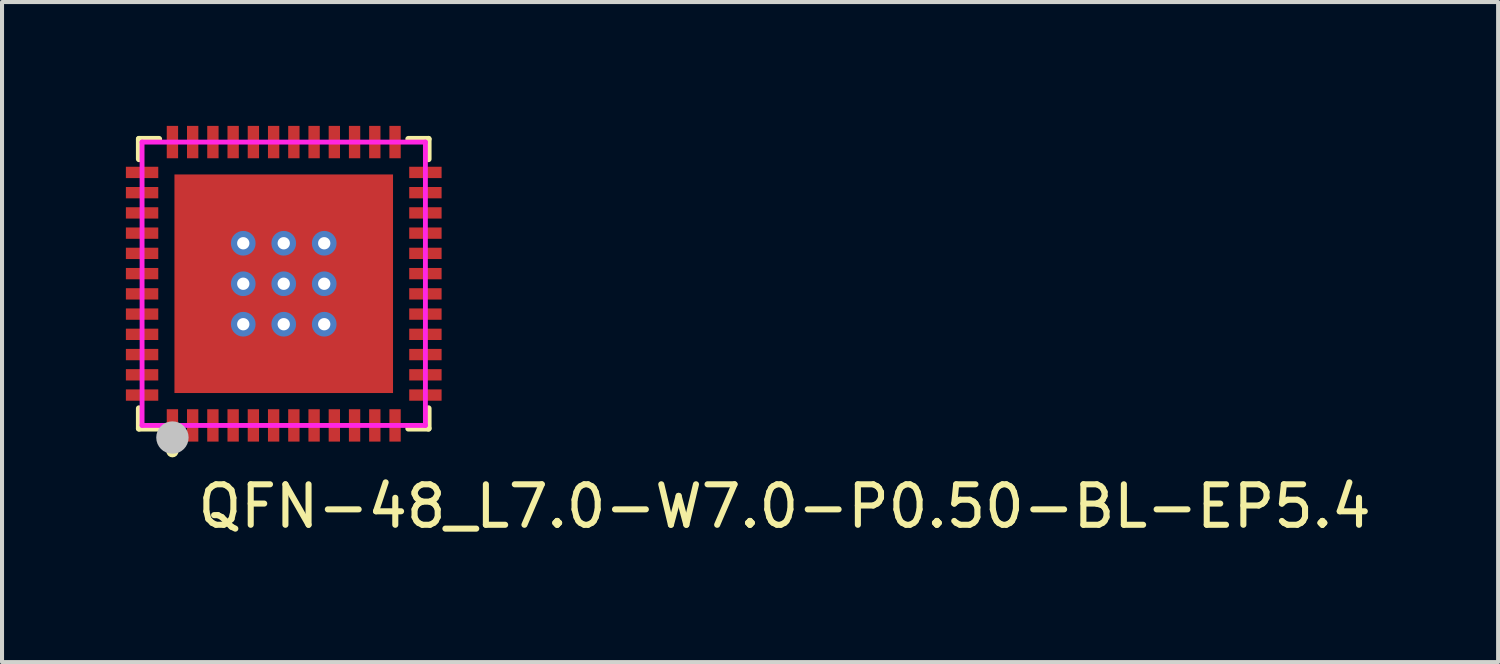
<source format=kicad_pcb>
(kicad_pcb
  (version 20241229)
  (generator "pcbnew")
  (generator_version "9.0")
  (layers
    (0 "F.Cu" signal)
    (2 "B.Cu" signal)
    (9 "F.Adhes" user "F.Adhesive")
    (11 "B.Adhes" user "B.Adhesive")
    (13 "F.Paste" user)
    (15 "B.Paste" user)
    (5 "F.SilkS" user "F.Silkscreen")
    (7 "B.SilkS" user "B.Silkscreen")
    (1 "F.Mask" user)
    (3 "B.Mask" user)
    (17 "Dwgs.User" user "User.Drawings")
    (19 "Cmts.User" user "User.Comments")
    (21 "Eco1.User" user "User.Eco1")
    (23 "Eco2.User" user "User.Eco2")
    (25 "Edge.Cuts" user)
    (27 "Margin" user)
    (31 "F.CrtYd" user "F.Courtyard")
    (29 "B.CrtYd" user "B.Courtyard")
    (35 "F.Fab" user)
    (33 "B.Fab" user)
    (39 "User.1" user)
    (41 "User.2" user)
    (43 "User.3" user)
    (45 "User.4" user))
  (footprint "QFN-48_L7.0-W7.0-P0.50-BL-EP5.4"
    (layer "F.Cu")
    (at 3.96 3.96)
    (property "Reference" "QFN-48_L7.0-W7.0-P0.50-BL-EP5.4" (at -2.2 5.5 0) (layer "F.SilkS") (effects (font (size 1 1) (thickness 0.15)) (justify left)))
    (attr through_hole)
    (fp_line (start -3.576 -3.576) (end -3.081 -3.576) (stroke (width 0.152) (type solid)) (layer "F.SilkS"))
    (fp_line (start -3.576 -3.08) (end -3.576 -3.576) (stroke (width 0.152) (type solid)) (layer "F.SilkS"))
    (fp_line (start -3.576 3.08) (end -3.576 3.576) (stroke (width 0.152) (type solid)) (layer "F.SilkS"))
    (fp_line (start -3.576 3.576) (end -3.081 3.576) (stroke (width 0.152) (type solid)) (layer "F.SilkS"))
    (fp_line (start 3.576 -3.576) (end 3.08 -3.576) (stroke (width 0.152) (type solid)) (layer "F.SilkS"))
    (fp_line (start 3.576 -3.08) (end 3.576 -3.576) (stroke (width 0.152) (type solid)) (layer "F.SilkS"))
    (fp_line (start 3.576 3.08) (end 3.576 3.576) (stroke (width 0.152) (type solid)) (layer "F.SilkS"))
    (fp_line (start 3.576 3.576) (end 3.08 3.576) (stroke (width 0.152) (type solid)) (layer "F.SilkS"))
    (fp_circle (center -2.75 4.14) (end -2.675 4.14) (stroke (width 0.15) (type solid)) (fill no) (layer "F.SilkS"))
    (fp_poly (pts (xy -3.1 -2.61) (xy -3.1 -2.89) (xy -3.9 -2.89) (xy -3.9 -2.61)) (stroke (width 0.12) (type solid)) (fill yes) (layer "F.Paste"))
    (fp_poly (pts (xy -3.1 -2.11) (xy -3.1 -2.39) (xy -3.9 -2.39) (xy -3.9 -2.11)) (stroke (width 0.12) (type solid)) (fill yes) (layer "F.Paste"))
    (fp_poly (pts (xy -3.1 -1.61) (xy -3.1 -1.89) (xy -3.9 -1.89) (xy -3.9 -1.61)) (stroke (width 0.12) (type solid)) (fill yes) (layer "F.Paste"))
    (fp_poly (pts (xy -3.1 -1.11) (xy -3.1 -1.39) (xy -3.9 -1.39) (xy -3.9 -1.11)) (stroke (width 0.12) (type solid)) (fill yes) (layer "F.Paste"))
    (fp_poly (pts (xy -3.1 -0.61) (xy -3.1 -0.89) (xy -3.9 -0.89) (xy -3.9 -0.61)) (stroke (width 0.12) (type solid)) (fill yes) (layer "F.Paste"))
    (fp_poly (pts (xy -3.1 -0.11) (xy -3.1 -0.39) (xy -3.9 -0.39) (xy -3.9 -0.11)) (stroke (width 0.12) (type solid)) (fill yes) (layer "F.Paste"))
    (fp_poly (pts (xy -3.1 0.39) (xy -3.1 0.11) (xy -3.9 0.11) (xy -3.9 0.39)) (stroke (width 0.12) (type solid)) (fill yes) (layer "F.Paste"))
    (fp_poly (pts (xy -3.1 0.89) (xy -3.1 0.61) (xy -3.9 0.61) (xy -3.9 0.89)) (stroke (width 0.12) (type solid)) (fill yes) (layer "F.Paste"))
    (fp_poly (pts (xy -3.1 1.39) (xy -3.1 1.11) (xy -3.9 1.11) (xy -3.9 1.39)) (stroke (width 0.12) (type solid)) (fill yes) (layer "F.Paste"))
    (fp_poly (pts (xy -3.1 1.89) (xy -3.1 1.61) (xy -3.9 1.61) (xy -3.9 1.89)) (stroke (width 0.12) (type solid)) (fill yes) (layer "F.Paste"))
    (fp_poly (pts (xy -3.1 2.39) (xy -3.1 2.11) (xy -3.9 2.11) (xy -3.9 2.39)) (stroke (width 0.12) (type solid)) (fill yes) (layer "F.Paste"))
    (fp_poly (pts (xy -3.1 2.89) (xy -3.1 2.61) (xy -3.9 2.61) (xy -3.9 2.89)) (stroke (width 0.12) (type solid)) (fill yes) (layer "F.Paste"))
    (fp_poly (pts (xy -2.61 -3.9) (xy -2.89 -3.9) (xy -2.89 -3.1) (xy -2.61 -3.1)) (stroke (width 0.12) (type solid)) (fill yes) (layer "F.Paste"))
    (fp_poly (pts (xy -2.61 3.1) (xy -2.89 3.1) (xy -2.89 3.9) (xy -2.61 3.9)) (stroke (width 0.12) (type solid)) (fill yes) (layer "F.Paste"))
    (fp_poly (pts (xy -2.16 -2.16) (xy 2.16 -2.16) (xy 2.16 2.16) (xy -2.16 2.16)) (stroke (width 0.12) (type solid)) (fill yes) (layer "F.Paste"))
    (fp_poly (pts (xy -2.11 -3.9) (xy -2.39 -3.9) (xy -2.39 -3.1) (xy -2.11 -3.1)) (stroke (width 0.12) (type solid)) (fill yes) (layer "F.Paste"))
    (fp_poly (pts (xy -2.109 3.1) (xy -2.389 3.1) (xy -2.389 3.9) (xy -2.109 3.9)) (stroke (width 0.12) (type solid)) (fill yes) (layer "F.Paste"))
    (fp_poly (pts (xy -1.61 -3.9) (xy -1.89 -3.9) (xy -1.89 -3.1) (xy -1.61 -3.1)) (stroke (width 0.12) (type solid)) (fill yes) (layer "F.Paste"))
    (fp_poly (pts (xy -1.609 3.1) (xy -1.89 3.1) (xy -1.89 3.9) (xy -1.609 3.9)) (stroke (width 0.12) (type solid)) (fill yes) (layer "F.Paste"))
    (fp_poly (pts (xy -1.11 -3.9) (xy -1.39 -3.9) (xy -1.39 -3.1) (xy -1.11 -3.1)) (stroke (width 0.12) (type solid)) (fill yes) (layer "F.Paste"))
    (fp_poly (pts (xy -1.109 3.1) (xy -1.389 3.1) (xy -1.389 3.9) (xy -1.109 3.9)) (stroke (width 0.12) (type solid)) (fill yes) (layer "F.Paste"))
    (fp_poly (pts (xy -0.61 -3.9) (xy -0.89 -3.9) (xy -0.89 -3.1) (xy -0.61 -3.1)) (stroke (width 0.12) (type solid)) (fill yes) (layer "F.Paste"))
    (fp_poly (pts (xy -0.61 3.1) (xy -0.89 3.1) (xy -0.89 3.9) (xy -0.61 3.9)) (stroke (width 0.12) (type solid)) (fill yes) (layer "F.Paste"))
    (fp_poly (pts (xy -0.11 -3.9) (xy -0.389 -3.9) (xy -0.389 -3.1) (xy -0.11 -3.1)) (stroke (width 0.12) (type solid)) (fill yes) (layer "F.Paste"))
    (fp_poly (pts (xy -0.109 3.1) (xy -0.389 3.1) (xy -0.389 3.899) (xy -0.109 3.899)) (stroke (width 0.12) (type solid)) (fill yes) (layer "F.Paste"))
    (fp_poly (pts (xy 0.39 -3.9) (xy 0.11 -3.9) (xy 0.11 -3.1) (xy 0.39 -3.1)) (stroke (width 0.12) (type solid)) (fill yes) (layer "F.Paste"))
    (fp_poly (pts (xy 0.39 3.1) (xy 0.11 3.1) (xy 0.11 3.9) (xy 0.39 3.9)) (stroke (width 0.12) (type solid)) (fill yes) (layer "F.Paste"))
    (fp_poly (pts (xy 0.89 -3.9) (xy 0.61 -3.9) (xy 0.61 -3.1) (xy 0.89 -3.1)) (stroke (width 0.12) (type solid)) (fill yes) (layer "F.Paste"))
    (fp_poly (pts (xy 0.89 3.1) (xy 0.611 3.1) (xy 0.611 3.899) (xy 0.89 3.899)) (stroke (width 0.12) (type solid)) (fill yes) (layer "F.Paste"))
    (fp_poly (pts (xy 1.39 -3.9) (xy 1.11 -3.9) (xy 1.11 -3.1) (xy 1.39 -3.1)) (stroke (width 0.12) (type solid)) (fill yes) (layer "F.Paste"))
    (fp_poly (pts (xy 1.39 3.1) (xy 1.11 3.1) (xy 1.11 3.9) (xy 1.39 3.9)) (stroke (width 0.12) (type solid)) (fill yes) (layer "F.Paste"))
    (fp_poly (pts (xy 1.89 -3.9) (xy 1.61 -3.9) (xy 1.61 -3.1) (xy 1.89 -3.1)) (stroke (width 0.12) (type solid)) (fill yes) (layer "F.Paste"))
    (fp_poly (pts (xy 1.891 3.1) (xy 1.611 3.1) (xy 1.611 3.9) (xy 1.891 3.9)) (stroke (width 0.12) (type solid)) (fill yes) (layer "F.Paste"))
    (fp_poly (pts (xy 2.39 -3.9) (xy 2.11 -3.9) (xy 2.11 -3.1) (xy 2.39 -3.1)) (stroke (width 0.12) (type solid)) (fill yes) (layer "F.Paste"))
    (fp_poly (pts (xy 2.39 3.1) (xy 2.11 3.1) (xy 2.11 3.9) (xy 2.39 3.9)) (stroke (width 0.12) (type solid)) (fill yes) (layer "F.Paste"))
    (fp_poly (pts (xy 2.89 -3.9) (xy 2.61 -3.9) (xy 2.61 -3.1) (xy 2.89 -3.1)) (stroke (width 0.12) (type solid)) (fill yes) (layer "F.Paste"))
    (fp_poly (pts (xy 2.891 3.1) (xy 2.611 3.1) (xy 2.611 3.9) (xy 2.891 3.9)) (stroke (width 0.12) (type solid)) (fill yes) (layer "F.Paste"))
    (fp_poly (pts (xy 3.9 -2.61) (xy 3.9 -2.89) (xy 3.1 -2.89) (xy 3.1 -2.61)) (stroke (width 0.12) (type solid)) (fill yes) (layer "F.Paste"))
    (fp_poly (pts (xy 3.9 -2.11) (xy 3.9 -2.39) (xy 3.1 -2.39) (xy 3.1 -2.11)) (stroke (width 0.12) (type solid)) (fill yes) (layer "F.Paste"))
    (fp_poly (pts (xy 3.9 -1.61) (xy 3.9 -1.89) (xy 3.1 -1.89) (xy 3.1 -1.61)) (stroke (width 0.12) (type solid)) (fill yes) (layer "F.Paste"))
    (fp_poly (pts (xy 3.9 -1.11) (xy 3.9 -1.39) (xy 3.1 -1.39) (xy 3.1 -1.11)) (stroke (width 0.12) (type solid)) (fill yes) (layer "F.Paste"))
    (fp_poly (pts (xy 3.9 -0.61) (xy 3.9 -0.89) (xy 3.1 -0.89) (xy 3.1 -0.61)) (stroke (width 0.12) (type solid)) (fill yes) (layer "F.Paste"))
    (fp_poly (pts (xy 3.9 -0.11) (xy 3.9 -0.39) (xy 3.1 -0.39) (xy 3.1 -0.11)) (stroke (width 0.12) (type solid)) (fill yes) (layer "F.Paste"))
    (fp_poly (pts (xy 3.9 0.39) (xy 3.9 0.11) (xy 3.1 0.11) (xy 3.1 0.39)) (stroke (width 0.12) (type solid)) (fill yes) (layer "F.Paste"))
    (fp_poly (pts (xy 3.9 0.89) (xy 3.9 0.61) (xy 3.1 0.61) (xy 3.1 0.89)) (stroke (width 0.12) (type solid)) (fill yes) (layer "F.Paste"))
    (fp_poly (pts (xy 3.9 1.39) (xy 3.9 1.11) (xy 3.1 1.11) (xy 3.1 1.39)) (stroke (width 0.12) (type solid)) (fill yes) (layer "F.Paste"))
    (fp_poly (pts (xy 3.9 1.89) (xy 3.9 1.61) (xy 3.1 1.61) (xy 3.1 1.89)) (stroke (width 0.12) (type solid)) (fill yes) (layer "F.Paste"))
    (fp_poly (pts (xy 3.9 2.39) (xy 3.9 2.11) (xy 3.1 2.11) (xy 3.1 2.39)) (stroke (width 0.12) (type solid)) (fill yes) (layer "F.Paste"))
    (fp_poly (pts (xy 3.9 2.89) (xy 3.9 2.61) (xy 3.1 2.61) (xy 3.1 2.89)) (stroke (width 0.12) (type solid)) (fill yes) (layer "F.Paste"))
    (fp_circle (center -2.75 3.8) (end -2.55 3.8) (stroke (width 0.4) (type solid)) (fill no) (layer "Dwgs.User"))
    (fp_circle (center -3.5 3.5) (end -3.47 3.5) (stroke (width 0.06) (type solid)) (fill no) (layer "Eco2.User"))
    (fp_poly (pts (xy -3.1 -2.63) (xy -3.1 -2.87) (xy -3.5 -2.87) (xy -3.5 -2.63)) (stroke (width 0.12) (type solid)) (fill no) (layer "Eco2.User"))
    (fp_poly (pts (xy -3.1 -2.13) (xy -3.1 -2.37) (xy -3.5 -2.37) (xy -3.5 -2.13)) (stroke (width 0.12) (type solid)) (fill no) (layer "Eco2.User"))
    (fp_poly (pts (xy -3.1 -1.63) (xy -3.1 -1.87) (xy -3.5 -1.87) (xy -3.5 -1.63)) (stroke (width 0.12) (type solid)) (fill no) (layer "Eco2.User"))
    (fp_poly (pts (xy -3.1 -1.13) (xy -3.1 -1.37) (xy -3.5 -1.37) (xy -3.5 -1.13)) (stroke (width 0.12) (type solid)) (fill no) (layer "Eco2.User"))
    (fp_poly (pts (xy -3.1 -0.63) (xy -3.1 -0.87) (xy -3.5 -0.87) (xy -3.5 -0.63)) (stroke (width 0.12) (type solid)) (fill no) (layer "Eco2.User"))
    (fp_poly (pts (xy -3.1 -0.13) (xy -3.1 -0.37) (xy -3.5 -0.37) (xy -3.5 -0.13)) (stroke (width 0.12) (type solid)) (fill no) (layer "Eco2.User"))
    (fp_poly (pts (xy -3.1 0.37) (xy -3.1 0.13) (xy -3.5 0.13) (xy -3.5 0.37)) (stroke (width 0.12) (type solid)) (fill no) (layer "Eco2.User"))
    (fp_poly (pts (xy -3.1 0.87) (xy -3.1 0.63) (xy -3.5 0.63) (xy -3.5 0.87)) (stroke (width 0.12) (type solid)) (fill no) (layer "Eco2.User"))
    (fp_poly (pts (xy -3.1 1.37) (xy -3.1 1.13) (xy -3.5 1.13) (xy -3.5 1.37)) (stroke (width 0.12) (type solid)) (fill no) (layer "Eco2.User"))
    (fp_poly (pts (xy -3.1 1.87) (xy -3.1 1.63) (xy -3.5 1.63) (xy -3.5 1.87)) (stroke (width 0.12) (type solid)) (fill no) (layer "Eco2.User"))
    (fp_poly (pts (xy -3.1 2.37) (xy -3.1 2.13) (xy -3.5 2.13) (xy -3.5 2.37)) (stroke (width 0.12) (type solid)) (fill no) (layer "Eco2.User"))
    (fp_poly (pts (xy -3.1 2.87) (xy -3.1 2.63) (xy -3.5 2.63) (xy -3.5 2.87)) (stroke (width 0.12) (type solid)) (fill no) (layer "Eco2.User"))
    (fp_poly (pts (xy -2.87 -3.5) (xy -2.87 -3.1) (xy -2.63 -3.1) (xy -2.63 -3.5)) (stroke (width 0.12) (type solid)) (fill no) (layer "Eco2.User"))
    (fp_poly (pts (xy -2.87 3.5) (xy -2.87 3.1) (xy -2.63 3.1) (xy -2.63 3.5)) (stroke (width 0.12) (type solid)) (fill no) (layer "Eco2.User"))
    (fp_poly (pts (xy -2.7 -2.7) (xy 2.7 -2.7) (xy 2.7 2.7) (xy -2.7 2.7)) (stroke (width 0.12) (type solid)) (fill no) (layer "Eco2.User"))
    (fp_poly (pts (xy -2.37 -3.5) (xy -2.37 -3.1) (xy -2.13 -3.1) (xy -2.13 -3.5)) (stroke (width 0.12) (type solid)) (fill no) (layer "Eco2.User"))
    (fp_poly (pts (xy -2.37 3.5) (xy -2.37 3.1) (xy -2.13 3.1) (xy -2.13 3.5)) (stroke (width 0.12) (type solid)) (fill no) (layer "Eco2.User"))
    (fp_poly (pts (xy -1.87 -3.5) (xy -1.87 -3.1) (xy -1.63 -3.1) (xy -1.63 -3.5)) (stroke (width 0.12) (type solid)) (fill no) (layer "Eco2.User"))
    (fp_poly (pts (xy -1.87 3.5) (xy -1.87 3.1) (xy -1.63 3.1) (xy -1.63 3.5)) (stroke (width 0.12) (type solid)) (fill no) (layer "Eco2.User"))
    (fp_poly (pts (xy -1.37 -3.5) (xy -1.37 -3.1) (xy -1.13 -3.1) (xy -1.13 -3.5)) (stroke (width 0.12) (type solid)) (fill no) (layer "Eco2.User"))
    (fp_poly (pts (xy -1.37 3.5) (xy -1.37 3.1) (xy -1.13 3.1) (xy -1.13 3.5)) (stroke (width 0.12) (type solid)) (fill no) (layer "Eco2.User"))
    (fp_poly (pts (xy -0.87 -3.5) (xy -0.87 -3.1) (xy -0.63 -3.1) (xy -0.63 -3.5)) (stroke (width 0.12) (type solid)) (fill no) (layer "Eco2.User"))
    (fp_poly (pts (xy -0.87 3.5) (xy -0.87 3.1) (xy -0.63 3.1) (xy -0.63 3.5)) (stroke (width 0.12) (type solid)) (fill no) (layer "Eco2.User"))
    (fp_poly (pts (xy -0.37 -3.5) (xy -0.37 -3.1) (xy -0.13 -3.1) (xy -0.13 -3.5)) (stroke (width 0.12) (type solid)) (fill no) (layer "Eco2.User"))
    (fp_poly (pts (xy -0.37 3.5) (xy -0.37 3.1) (xy -0.13 3.1) (xy -0.13 3.5)) (stroke (width 0.12) (type solid)) (fill no) (layer "Eco2.User"))
    (fp_poly (pts (xy 0.13 -3.5) (xy 0.13 -3.1) (xy 0.37 -3.1) (xy 0.37 -3.5)) (stroke (width 0.12) (type solid)) (fill no) (layer "Eco2.User"))
    (fp_poly (pts (xy 0.13 3.5) (xy 0.13 3.1) (xy 0.37 3.1) (xy 0.37 3.5)) (stroke (width 0.12) (type solid)) (fill no) (layer "Eco2.User"))
    (fp_poly (pts (xy 0.63 -3.5) (xy 0.63 -3.1) (xy 0.87 -3.1) (xy 0.87 -3.5)) (stroke (width 0.12) (type solid)) (fill no) (layer "Eco2.User"))
    (fp_poly (pts (xy 0.63 3.5) (xy 0.63 3.1) (xy 0.87 3.1) (xy 0.87 3.5)) (stroke (width 0.12) (type solid)) (fill no) (layer "Eco2.User"))
    (fp_poly (pts (xy 1.13 -3.5) (xy 1.13 -3.1) (xy 1.37 -3.1) (xy 1.37 -3.5)) (stroke (width 0.12) (type solid)) (fill no) (layer "Eco2.User"))
    (fp_poly (pts (xy 1.13 3.5) (xy 1.13 3.1) (xy 1.37 3.1) (xy 1.37 3.5)) (stroke (width 0.12) (type solid)) (fill no) (layer "Eco2.User"))
    (fp_poly (pts (xy 1.63 -3.5) (xy 1.63 -3.1) (xy 1.87 -3.1) (xy 1.87 -3.5)) (stroke (width 0.12) (type solid)) (fill no) (layer "Eco2.User"))
    (fp_poly (pts (xy 1.63 3.5) (xy 1.63 3.1) (xy 1.87 3.1) (xy 1.87 3.5)) (stroke (width 0.12) (type solid)) (fill no) (layer "Eco2.User"))
    (fp_poly (pts (xy 2.13 -3.5) (xy 2.13 -3.1) (xy 2.37 -3.1) (xy 2.37 -3.5)) (stroke (width 0.12) (type solid)) (fill no) (layer "Eco2.User"))
    (fp_poly (pts (xy 2.13 3.5) (xy 2.13 3.1) (xy 2.37 3.1) (xy 2.37 3.5)) (stroke (width 0.12) (type solid)) (fill no) (layer "Eco2.User"))
    (fp_poly (pts (xy 2.63 -3.5) (xy 2.63 -3.1) (xy 2.87 -3.1) (xy 2.87 -3.5)) (stroke (width 0.12) (type solid)) (fill no) (layer "Eco2.User"))
    (fp_poly (pts (xy 2.63 3.5) (xy 2.63 3.1) (xy 2.87 3.1) (xy 2.87 3.5)) (stroke (width 0.12) (type solid)) (fill no) (layer "Eco2.User"))
    (fp_poly (pts (xy 3.1 -2.63) (xy 3.1 -2.87) (xy 3.5 -2.87) (xy 3.5 -2.63)) (stroke (width 0.12) (type solid)) (fill no) (layer "Eco2.User"))
    (fp_poly (pts (xy 3.1 -2.13) (xy 3.1 -2.37) (xy 3.5 -2.37) (xy 3.5 -2.13)) (stroke (width 0.12) (type solid)) (fill no) (layer "Eco2.User"))
    (fp_poly (pts (xy 3.1 -1.63) (xy 3.1 -1.87) (xy 3.5 -1.87) (xy 3.5 -1.63)) (stroke (width 0.12) (type solid)) (fill no) (layer "Eco2.User"))
    (fp_poly (pts (xy 3.1 -1.13) (xy 3.1 -1.37) (xy 3.5 -1.37) (xy 3.5 -1.13)) (stroke (width 0.12) (type solid)) (fill no) (layer "Eco2.User"))
    (fp_poly (pts (xy 3.1 -0.63) (xy 3.1 -0.87) (xy 3.5 -0.87) (xy 3.5 -0.63)) (stroke (width 0.12) (type solid)) (fill no) (layer "Eco2.User"))
    (fp_poly (pts (xy 3.1 -0.13) (xy 3.1 -0.37) (xy 3.5 -0.37) (xy 3.5 -0.13)) (stroke (width 0.12) (type solid)) (fill no) (layer "Eco2.User"))
    (fp_poly (pts (xy 3.1 0.37) (xy 3.1 0.13) (xy 3.5 0.13) (xy 3.5 0.37)) (stroke (width 0.12) (type solid)) (fill no) (layer "Eco2.User"))
    (fp_poly (pts (xy 3.1 0.87) (xy 3.1 0.63) (xy 3.5 0.63) (xy 3.5 0.87)) (stroke (width 0.12) (type solid)) (fill no) (layer "Eco2.User"))
    (fp_poly (pts (xy 3.1 1.37) (xy 3.1 1.13) (xy 3.5 1.13) (xy 3.5 1.37)) (stroke (width 0.12) (type solid)) (fill no) (layer "Eco2.User"))
    (fp_poly (pts (xy 3.1 1.87) (xy 3.1 1.63) (xy 3.5 1.63) (xy 3.5 1.87)) (stroke (width 0.12) (type solid)) (fill no) (layer "Eco2.User"))
    (fp_poly (pts (xy 3.1 2.37) (xy 3.1 2.13) (xy 3.5 2.13) (xy 3.5 2.37)) (stroke (width 0.12) (type solid)) (fill no) (layer "Eco2.User"))
    (fp_poly (pts (xy 3.1 2.87) (xy 3.1 2.63) (xy 3.5 2.63) (xy 3.5 2.87)) (stroke (width 0.12) (type solid)) (fill no) (layer "Eco2.User"))
    (fp_line (start -3.5 -3.5) (end 3.5 -3.5) (stroke (width 0.12) (type solid)) (layer "F.CrtYd"))
    (fp_line (start -3.5 3.5) (end -3.5 -3.5) (stroke (width 0.12) (type solid)) (layer "F.CrtYd"))
    (fp_line (start 3.5 -3.5) (end 3.5 3.5) (stroke (width 0.12) (type solid)) (layer "F.CrtYd"))
    (fp_line (start 3.5 3.5) (end -3.5 3.5) (stroke (width 0.12) (type solid)) (layer "F.CrtYd"))
    (pad "" thru_hole circle (at -1 -1) (size 0.61 0.61) (drill 0.304) (layers "*.Cu" "*.Mask"))
    (pad "" thru_hole circle (at -1 0) (size 0.61 0.61) (drill 0.304) (layers "*.Cu" "*.Mask"))
    (pad "" thru_hole circle (at -1 1) (size 0.61 0.61) (drill 0.304) (layers "*.Cu" "*.Mask"))
    (pad "" thru_hole circle (at 0 -1) (size 0.61 0.61) (drill 0.304) (layers "*.Cu" "*.Mask"))
    (pad "" thru_hole circle (at 0 0) (size 0.61 0.61) (drill 0.304) (layers "*.Cu" "*.Mask"))
    (pad "" thru_hole circle (at 0 1) (size 0.61 0.61) (drill 0.304) (layers "*.Cu" "*.Mask"))
    (pad "" thru_hole circle (at 1 -1) (size 0.61 0.61) (drill 0.304) (layers "*.Cu" "*.Mask"))
    (pad "" thru_hole circle (at 1 0) (size 0.61 0.61) (drill 0.304) (layers "*.Cu" "*.Mask"))
    (pad "" thru_hole circle (at 1 1) (size 0.61 0.61) (drill 0.304) (layers "*.Cu" "*.Mask"))
    (pad "1" smd rect (at -2.75 3.5) (size 0.28 0.8) (layers "F.Cu" "F.Mask" "F.Paste"))
    (pad "2" smd rect (at -2.25 3.5) (size 0.28 0.8) (layers "F.Cu" "F.Mask" "F.Paste"))
    (pad "3" smd rect (at -1.75 3.5) (size 0.28 0.8) (layers "F.Cu" "F.Mask" "F.Paste"))
    (pad "4" smd rect (at -1.25 3.5) (size 0.28 0.8) (layers "F.Cu" "F.Mask" "F.Paste"))
    (pad "5" smd rect (at -0.75 3.5) (size 0.28 0.8) (layers "F.Cu" "F.Mask" "F.Paste"))
    (pad "6" smd rect (at -0.25 3.5) (size 0.28 0.8) (layers "F.Cu" "F.Mask" "F.Paste"))
    (pad "7" smd rect (at 0.25 3.5) (size 0.28 0.8) (layers "F.Cu" "F.Mask" "F.Paste"))
    (pad "8" smd rect (at 0.75 3.5) (size 0.28 0.8) (layers "F.Cu" "F.Mask" "F.Paste"))
    (pad "9" smd rect (at 1.25 3.5) (size 0.28 0.8) (layers "F.Cu" "F.Mask" "F.Paste"))
    (pad "10" smd rect (at 1.75 3.5) (size 0.28 0.8) (layers "F.Cu" "F.Mask" "F.Paste"))
    (pad "11" smd rect (at 2.25 3.5) (size 0.28 0.8) (layers "F.Cu" "F.Mask" "F.Paste"))
    (pad "12" smd rect (at 2.75 3.5) (size 0.28 0.8) (layers "F.Cu" "F.Mask" "F.Paste"))
    (pad "13" smd rect (at 3.5 2.75) (size 0.8 0.28) (layers "F.Cu" "F.Mask" "F.Paste"))
    (pad "14" smd rect (at 3.5 2.25) (size 0.8 0.28) (layers "F.Cu" "F.Mask" "F.Paste"))
    (pad "15" smd rect (at 3.5 1.75) (size 0.8 0.28) (layers "F.Cu" "F.Mask" "F.Paste"))
    (pad "16" smd rect (at 3.5 1.25) (size 0.8 0.28) (layers "F.Cu" "F.Mask" "F.Paste"))
    (pad "17" smd rect (at 3.5 0.75) (size 0.8 0.28) (layers "F.Cu" "F.Mask" "F.Paste"))
    (pad "18" smd rect (at 3.5 0.25) (size 0.8 0.28) (layers "F.Cu" "F.Mask" "F.Paste"))
    (pad "19" smd rect (at 3.5 -0.25) (size 0.8 0.28) (layers "F.Cu" "F.Mask" "F.Paste"))
    (pad "20" smd rect (at 3.5 -0.75) (size 0.8 0.28) (layers "F.Cu" "F.Mask" "F.Paste"))
    (pad "21" smd rect (at 3.5 -1.25) (size 0.8 0.28) (layers "F.Cu" "F.Mask" "F.Paste"))
    (pad "22" smd rect (at 3.5 -1.75) (size 0.8 0.28) (layers "F.Cu" "F.Mask" "F.Paste"))
    (pad "23" smd rect (at 3.5 -2.25) (size 0.8 0.28) (layers "F.Cu" "F.Mask" "F.Paste"))
    (pad "24" smd rect (at 3.5 -2.75) (size 0.8 0.28) (layers "F.Cu" "F.Mask" "F.Paste"))
    (pad "25" smd rect (at 2.75 -3.5) (size 0.28 0.8) (layers "F.Cu" "F.Mask" "F.Paste"))
    (pad "26" smd rect (at 2.25 -3.5) (size 0.28 0.8) (layers "F.Cu" "F.Mask" "F.Paste"))
    (pad "27" smd rect (at 1.75 -3.5) (size 0.28 0.8) (layers "F.Cu" "F.Mask" "F.Paste"))
    (pad "28" smd rect (at 1.25 -3.5) (size 0.28 0.8) (layers "F.Cu" "F.Mask" "F.Paste"))
    (pad "29" smd rect (at 0.75 -3.5) (size 0.28 0.8) (layers "F.Cu" "F.Mask" "F.Paste"))
    (pad "30" smd rect (at 0.25 -3.5) (size 0.28 0.8) (layers "F.Cu" "F.Mask" "F.Paste"))
    (pad "31" smd rect (at -0.25 -3.5) (size 0.28 0.8) (layers "F.Cu" "F.Mask" "F.Paste"))
    (pad "32" smd rect (at -0.75 -3.5) (size 0.28 0.8) (layers "F.Cu" "F.Mask" "F.Paste"))
    (pad "33" smd rect (at -1.25 -3.5) (size 0.28 0.8) (layers "F.Cu" "F.Mask" "F.Paste"))
    (pad "34" smd rect (at -1.75 -3.5) (size 0.28 0.8) (layers "F.Cu" "F.Mask" "F.Paste"))
    (pad "35" smd rect (at -2.25 -3.5) (size 0.28 0.8) (layers "F.Cu" "F.Mask" "F.Paste"))
    (pad "36" smd rect (at -2.75 -3.5) (size 0.28 0.8) (layers "F.Cu" "F.Mask" "F.Paste"))
    (pad "37" smd rect (at -3.5 -2.75) (size 0.8 0.28) (layers "F.Cu" "F.Mask" "F.Paste"))
    (pad "38" smd rect (at -3.5 -2.25) (size 0.8 0.28) (layers "F.Cu" "F.Mask" "F.Paste"))
    (pad "39" smd rect (at -3.5 -1.75) (size 0.8 0.28) (layers "F.Cu" "F.Mask" "F.Paste"))
    (pad "40" smd rect (at -3.5 -1.25) (size 0.8 0.28) (layers "F.Cu" "F.Mask" "F.Paste"))
    (pad "41" smd rect (at -3.5 -0.75) (size 0.8 0.28) (layers "F.Cu" "F.Mask" "F.Paste"))
    (pad "42" smd rect (at -3.5 -0.25) (size 0.8 0.28) (layers "F.Cu" "F.Mask" "F.Paste"))
    (pad "43" smd rect (at -3.5 0.25) (size 0.8 0.28) (layers "F.Cu" "F.Mask" "F.Paste"))
    (pad "44" smd rect (at -3.5 0.75) (size 0.8 0.28) (layers "F.Cu" "F.Mask" "F.Paste"))
    (pad "45" smd rect (at -3.5 1.25) (size 0.8 0.28) (layers "F.Cu" "F.Mask" "F.Paste"))
    (pad "46" smd rect (at -3.5 1.75) (size 0.8 0.28) (layers "F.Cu" "F.Mask" "F.Paste"))
    (pad "47" smd rect (at -3.5 2.25) (size 0.8 0.28) (layers "F.Cu" "F.Mask" "F.Paste"))
    (pad "48" smd rect (at -3.5 2.75) (size 0.8 0.28) (layers "F.Cu" "F.Mask" "F.Paste"))
    (pad "49" smd rect (at 0 0) (size 5.4 5.4) (layers "F.Cu" "F.Mask" "F.Paste")))
  (gr_rect
    (start -3 -3)
    (end 33.962 13.308)
    (stroke (width 0.1) (type default))
    (fill no)
    (layer "Edge.Cuts")))
</source>
